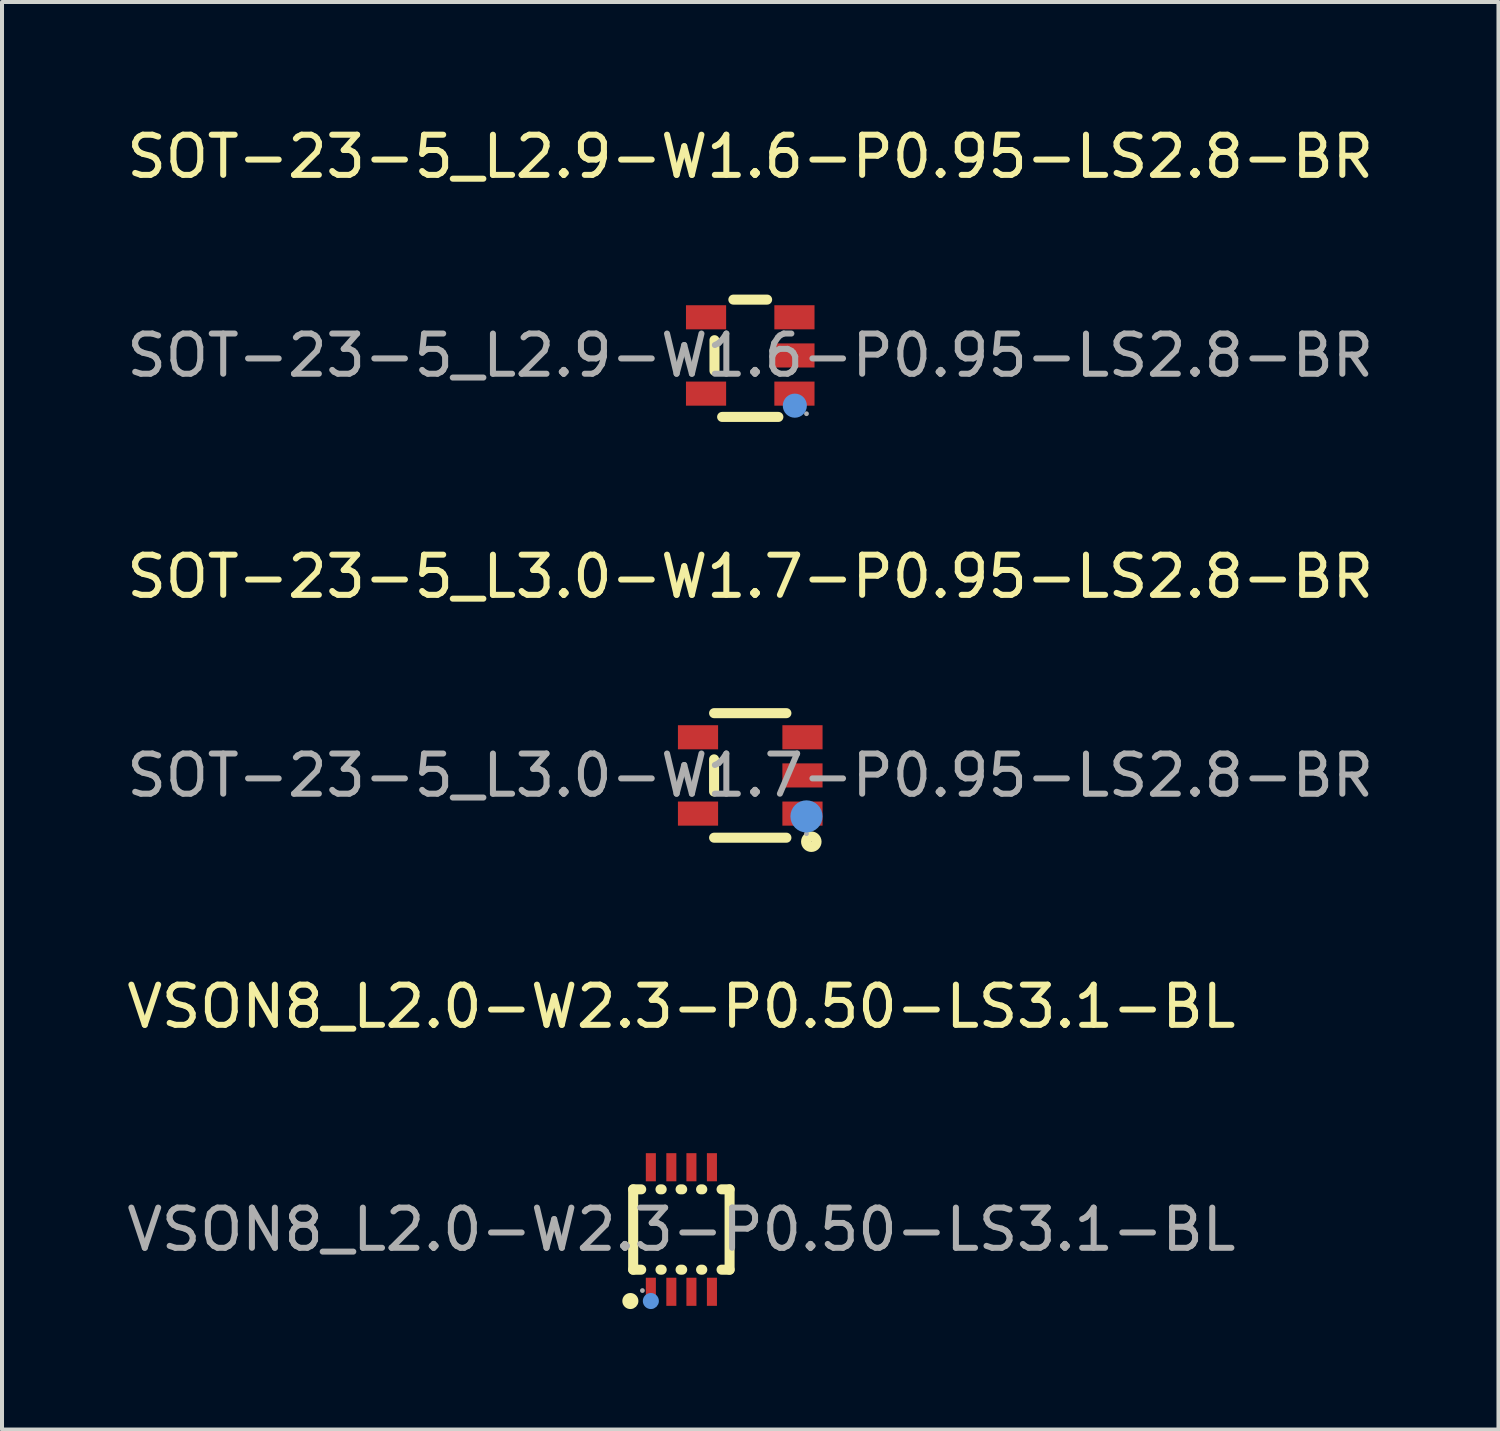
<source format=kicad_pcb>
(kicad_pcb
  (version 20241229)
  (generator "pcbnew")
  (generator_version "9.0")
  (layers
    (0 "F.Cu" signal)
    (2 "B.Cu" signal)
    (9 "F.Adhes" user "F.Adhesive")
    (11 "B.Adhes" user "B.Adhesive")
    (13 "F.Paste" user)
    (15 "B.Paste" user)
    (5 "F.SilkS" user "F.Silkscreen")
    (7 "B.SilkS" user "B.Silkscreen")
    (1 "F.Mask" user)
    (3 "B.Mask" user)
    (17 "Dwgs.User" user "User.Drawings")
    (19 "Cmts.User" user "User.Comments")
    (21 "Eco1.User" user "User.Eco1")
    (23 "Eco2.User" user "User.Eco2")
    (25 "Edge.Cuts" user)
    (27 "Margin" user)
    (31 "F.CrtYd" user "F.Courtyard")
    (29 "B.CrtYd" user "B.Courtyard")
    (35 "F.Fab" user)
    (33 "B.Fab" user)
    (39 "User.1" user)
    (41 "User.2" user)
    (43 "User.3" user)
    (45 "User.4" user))
  (footprint "SOT-23-5_L3.0-W1.7-P0.95-LS2.8-BR"
    (layer "F.Cu")
    (at 15.625 16.252)
    (property "Reference" "SOT-23-5_L3.0-W1.7-P0.95-LS2.8-BR" (at 0 -4.95 0) (layer "F.SilkS") (effects (font (size 1 1) (thickness 0.15))))
    (attr through_hole)
    (fp_line (start -0.9 -1.55) (end 0.9 -1.55) (stroke (width 0.25) (type solid)) (layer "F.SilkS"))
    (fp_line (start -0.9 0.4) (end -0.9 -0.4) (stroke (width 0.25) (type solid)) (layer "F.SilkS"))
    (fp_line (start -0.9 1.55) (end 0.9 1.55) (stroke (width 0.25) (type solid)) (layer "F.SilkS"))
    (fp_circle (center 1.52 1.65) (end 1.65 1.65) (stroke (width 0.25) (type solid)) (fill no) (layer "F.SilkS"))
    (fp_circle (center 1.4 1.02) (end 1.6 1.02) (stroke (width 0.4) (type solid)) (fill no) (layer "Cmts.User"))
    (fp_circle (center 1.4 1.45) (end 1.43 1.45) (stroke (width 0.06) (type solid)) (fill no) (layer "F.Fab"))
    (fp_text user "${REFERENCE}" (at 0 0 0) (layer "F.Fab") (effects (font (size 1 1) (thickness 0.15))))
    (pad "1" smd rect (at 1.3 0.95) (size 1 0.6) (layers "F.Cu" "F.Mask" "F.Paste"))
    (pad "2" smd rect (at 1.3 0) (size 1 0.6) (layers "F.Cu" "F.Mask" "F.Paste"))
    (pad "3" smd rect (at 1.3 -0.95) (size 1 0.6) (layers "F.Cu" "F.Mask" "F.Paste"))
    (pad "4" smd rect (at -1.3 -0.95) (size 1 0.6) (layers "F.Cu" "F.Mask" "F.Paste"))
    (pad "5" smd rect (at -1.3 0.95) (size 1 0.6) (layers "F.Cu" "F.Mask" "F.Paste")))
  (footprint "VSON8_L2.0-W2.3-P0.50-LS3.1-BL"
    (layer "F.Cu")
    (at 13.911 27.555)
    (property "Reference" "VSON8_L2.0-W2.3-P0.50-LS3.1-BL" (at 0 -5.55 0) (layer "F.SilkS") (effects (font (size 1 1) (thickness 0.15))))
    (attr through_hole)
    (fp_line (start -1.2 -1) (end -1 -1) (stroke (width 0.25) (type solid)) (layer "F.SilkS"))
    (fp_line (start -1.2 1) (end -1.2 -1) (stroke (width 0.25) (type solid)) (layer "F.SilkS"))
    (fp_line (start -1.2 1) (end -1 1) (stroke (width 0.25) (type solid)) (layer "F.SilkS"))
    (fp_line (start -0.52 -1) (end -0.49 -1) (stroke (width 0.25) (type solid)) (layer "F.SilkS"))
    (fp_line (start -0.52 1) (end -0.49 1) (stroke (width 0.25) (type solid)) (layer "F.SilkS"))
    (fp_line (start -0.02 -1) (end 0.02 -1) (stroke (width 0.25) (type solid)) (layer "F.SilkS"))
    (fp_line (start -0.02 1) (end 0.02 1) (stroke (width 0.25) (type solid)) (layer "F.SilkS"))
    (fp_line (start 0.49 -1) (end 0.52 -1) (stroke (width 0.25) (type solid)) (layer "F.SilkS"))
    (fp_line (start 0.49 1) (end 0.52 1) (stroke (width 0.25) (type solid)) (layer "F.SilkS"))
    (fp_line (start 1 -1) (end 1.2 -1) (stroke (width 0.25) (type solid)) (layer "F.SilkS"))
    (fp_line (start 1 1) (end 1.2 1) (stroke (width 0.25) (type solid)) (layer "F.SilkS"))
    (fp_line (start 1.2 -1) (end 1.2 1) (stroke (width 0.25) (type solid)) (layer "F.SilkS"))
    (fp_circle (center -1.27 1.78) (end -1.17 1.78) (stroke (width 0.2) (type solid)) (fill no) (layer "F.SilkS"))
    (fp_circle (center -0.76 1.78) (end -0.66 1.78) (stroke (width 0.2) (type solid)) (fill no) (layer "Cmts.User"))
    (fp_circle (center -0.97 1.52) (end -0.94 1.52) (stroke (width 0.06) (type solid)) (fill no) (layer "F.Fab"))
    (fp_text user "${REFERENCE}" (at 0 0 0) (layer "F.Fab") (effects (font (size 1 1) (thickness 0.15))))
    (pad "1" smd rect (at -0.76 1.55 180) (size 0.25 0.7) (layers "F.Cu" "F.Mask" "F.Paste"))
    (pad "2" smd rect (at -0.25 1.55 180) (size 0.25 0.7) (layers "F.Cu" "F.Mask" "F.Paste"))
    (pad "3" smd rect (at 0.25 1.55 180) (size 0.25 0.7) (layers "F.Cu" "F.Mask" "F.Paste"))
    (pad "4" smd rect (at 0.76 1.55 180) (size 0.25 0.7) (layers "F.Cu" "F.Mask" "F.Paste"))
    (pad "5" smd rect (at 0.76 -1.55 180) (size 0.25 0.7) (layers "F.Cu" "F.Mask" "F.Paste"))
    (pad "6" smd rect (at 0.25 -1.55 180) (size 0.25 0.7) (layers "F.Cu" "F.Mask" "F.Paste"))
    (pad "7" smd rect (at -0.25 -1.55 180) (size 0.25 0.7) (layers "F.Cu" "F.Mask" "F.Paste"))
    (pad "8" smd rect (at -0.76 -1.55 180) (size 0.25 0.7) (layers "F.Cu" "F.Mask" "F.Paste")))
  (footprint "SOT-23-5_L2.9-W1.6-P0.95-LS2.8-BR"
    (layer "F.Cu")
    (at 15.625 5.798)
    (property "Reference" "SOT-23-5_L2.9-W1.6-P0.95-LS2.8-BR" (at 0 -4.95 0) (layer "F.SilkS") (effects (font (size 1 1) (thickness 0.15))))
    (attr through_hole)
    (fp_line (start -0.89 0.38) (end -0.89 -0.38) (stroke (width 0.25) (type solid)) (layer "F.SilkS"))
    (fp_line (start -0.7 1.53) (end 0.7 1.53) (stroke (width 0.25) (type solid)) (layer "F.SilkS"))
    (fp_line (start -0.42 -1.39) (end 0.42 -1.39) (stroke (width 0.25) (type solid)) (layer "F.SilkS"))
    (fp_circle (center 1.11 1.25) (end 1.26 1.25) (stroke (width 0.3) (type solid)) (fill no) (layer "Cmts.User"))
    (fp_circle (center 1.4 1.45) (end 1.43 1.45) (stroke (width 0.06) (type solid)) (fill no) (layer "F.Fab"))
    (fp_text user "${REFERENCE}" (at 0 0 0) (layer "F.Fab") (effects (font (size 1 1) (thickness 0.15))))
    (pad "1" smd rect (at 1.1 0.95 90) (size 0.6 1) (layers "F.Cu" "F.Mask" "F.Paste"))
    (pad "2" smd rect (at 1.1 0 90) (size 0.6 1) (layers "F.Cu" "F.Mask" "F.Paste"))
    (pad "3" smd rect (at 1.1 -0.95 90) (size 0.6 1) (layers "F.Cu" "F.Mask" "F.Paste"))
    (pad "4" smd rect (at -1.1 -0.95 90) (size 0.6 1) (layers "F.Cu" "F.Mask" "F.Paste"))
    (pad "5" smd rect (at -1.1 0.95 90) (size 0.6 1) (layers "F.Cu" "F.Mask" "F.Paste")))
  (gr_rect
    (start -3 -3)
    (end 34.25 32.535)
    (stroke (width 0.1) (type default))
    (fill no)
    (layer "Edge.Cuts")))
</source>
